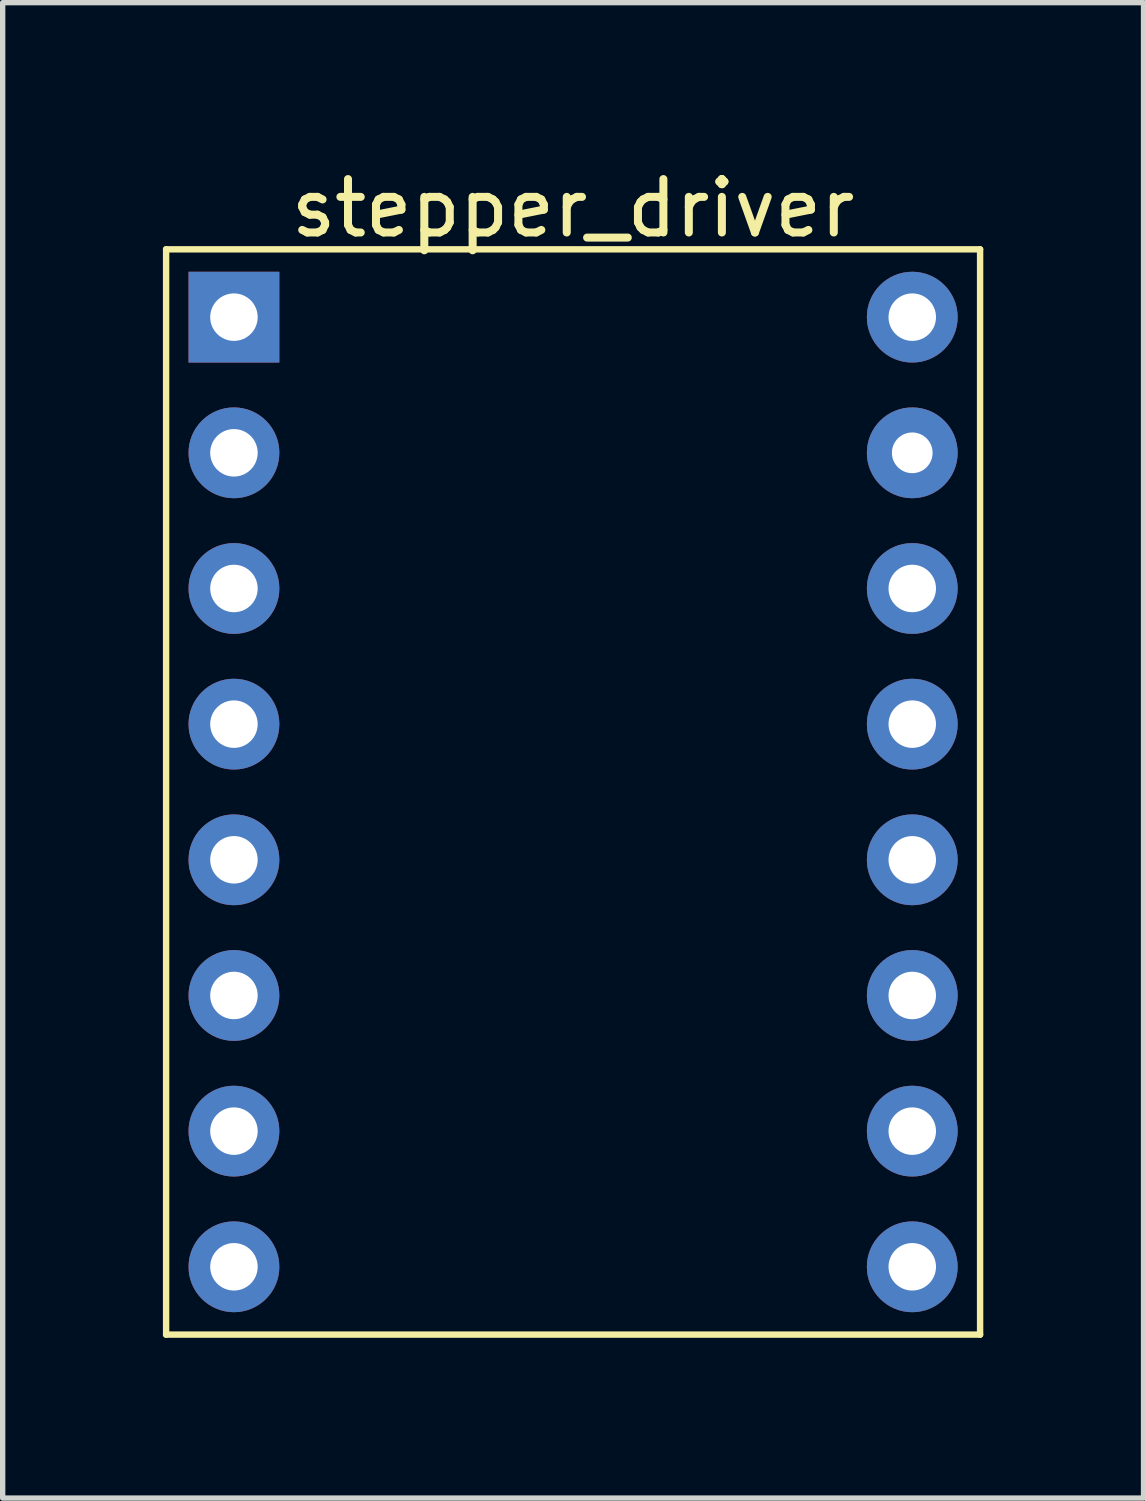
<source format=kicad_pcb>
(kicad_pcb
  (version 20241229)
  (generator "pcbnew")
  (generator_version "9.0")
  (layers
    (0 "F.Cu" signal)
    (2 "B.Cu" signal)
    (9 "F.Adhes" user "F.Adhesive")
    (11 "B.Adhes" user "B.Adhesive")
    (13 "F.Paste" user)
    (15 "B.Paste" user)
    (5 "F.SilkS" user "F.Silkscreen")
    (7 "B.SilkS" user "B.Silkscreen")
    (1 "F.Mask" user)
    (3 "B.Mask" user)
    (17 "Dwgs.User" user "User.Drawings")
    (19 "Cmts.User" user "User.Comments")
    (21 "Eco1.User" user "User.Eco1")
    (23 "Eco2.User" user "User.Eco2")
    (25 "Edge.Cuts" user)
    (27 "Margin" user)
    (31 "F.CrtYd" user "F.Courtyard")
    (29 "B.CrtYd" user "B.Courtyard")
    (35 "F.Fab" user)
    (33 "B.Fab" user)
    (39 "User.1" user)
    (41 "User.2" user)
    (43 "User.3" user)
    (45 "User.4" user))
  (footprint "stepper_driver"
    (layer "F.Cu")
    (at 7.68 0.348)
    (property "Reference" "stepper_driver" (at 0 0.5 0) (layer "F.SilkS") (effects (font (size 1 1) (thickness 0.15))))
    (attr through_hole)
    (fp_line (start -7.62 1.27) (end 7.62 1.27) (stroke (width 0.12) (type solid)) (layer "F.SilkS"))
    (fp_line (start -7.62 21.59) (end -7.62 1.27) (stroke (width 0.12) (type solid)) (layer "F.SilkS"))
    (fp_line (start 7.62 1.27) (end 7.62 21.59) (stroke (width 0.12) (type solid)) (layer "F.SilkS"))
    (fp_line (start 7.62 21.59) (end -7.62 21.59) (stroke (width 0.12) (type solid)) (layer "F.SilkS"))
    (pad "1" thru_hole rect (at -6.35 2.54) (size 1.7 1.7) (drill 0.889) (layers "*.Cu" "*.Mask"))
    (pad "2" thru_hole circle (at -6.35 5.08) (size 1.7 1.7) (drill 0.889) (layers "*.Cu" "*.Mask"))
    (pad "3" thru_hole circle (at -6.35 7.62) (size 1.7 1.7) (drill 0.889) (layers "*.Cu" "*.Mask"))
    (pad "4" thru_hole circle (at -6.35 10.16) (size 1.7 1.7) (drill 0.889) (layers "*.Cu" "*.Mask"))
    (pad "5" thru_hole circle (at -6.35 12.7) (size 1.7 1.7) (drill 0.889) (layers "*.Cu" "*.Mask"))
    (pad "6" thru_hole circle (at -6.35 15.24) (size 1.7 1.7) (drill 0.889) (layers "*.Cu" "*.Mask"))
    (pad "7" thru_hole circle (at -6.35 17.78) (size 1.7 1.7) (drill 0.889) (layers "*.Cu" "*.Mask"))
    (pad "8" thru_hole circle (at -6.35 20.32) (size 1.7 1.7) (drill 0.889) (layers "*.Cu" "*.Mask"))
    (pad "9" thru_hole circle (at 6.35 2.54) (size 1.7 1.7) (drill 0.889) (layers "*.Cu" "*.Mask"))
    (pad "10" thru_hole circle (at 6.35 5.08) (size 1.7 1.7) (drill 0.762) (layers "*.Cu" "*.Mask"))
    (pad "11" thru_hole circle (at 6.35 7.62) (size 1.7 1.7) (drill 0.889) (layers "*.Cu" "*.Mask"))
    (pad "12" thru_hole circle (at 6.35 10.16) (size 1.7 1.7) (drill 0.889) (layers "*.Cu" "*.Mask"))
    (pad "13" thru_hole circle (at 6.35 12.7) (size 1.7 1.7) (drill 0.889) (layers "*.Cu" "*.Mask"))
    (pad "14" thru_hole circle (at 6.35 15.24) (size 1.7 1.7) (drill 0.889) (layers "*.Cu" "*.Mask"))
    (pad "15" thru_hole circle (at 6.35 17.78) (size 1.7 1.7) (drill 0.889) (layers "*.Cu" "*.Mask"))
    (pad "16" thru_hole circle (at 6.35 20.32) (size 1.7 1.7) (drill 0.889) (layers "*.Cu" "*.Mask")))
  (gr_rect
    (start -3 -3)
    (end 18.36 24.998)
    (stroke (width 0.1) (type default))
    (fill no)
    (layer "Edge.Cuts")))
</source>
